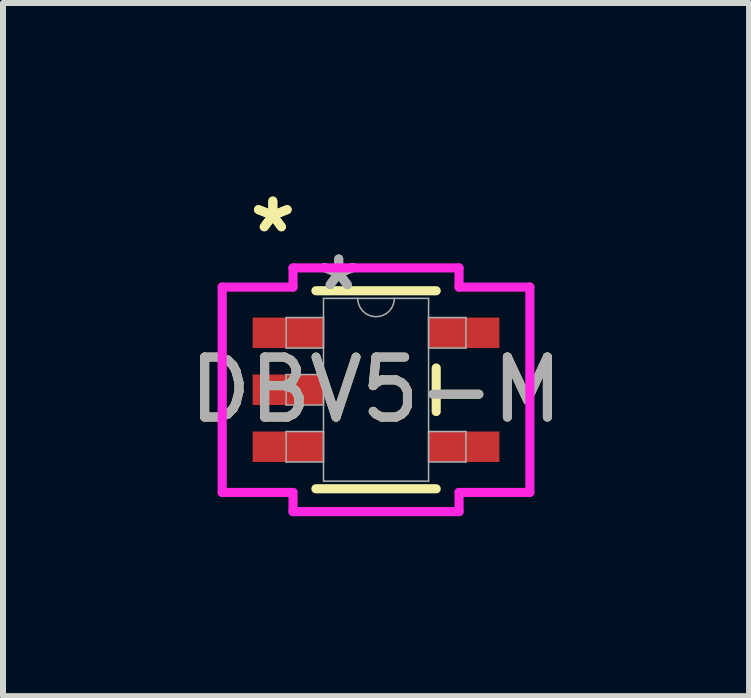
<source format=kicad_pcb>
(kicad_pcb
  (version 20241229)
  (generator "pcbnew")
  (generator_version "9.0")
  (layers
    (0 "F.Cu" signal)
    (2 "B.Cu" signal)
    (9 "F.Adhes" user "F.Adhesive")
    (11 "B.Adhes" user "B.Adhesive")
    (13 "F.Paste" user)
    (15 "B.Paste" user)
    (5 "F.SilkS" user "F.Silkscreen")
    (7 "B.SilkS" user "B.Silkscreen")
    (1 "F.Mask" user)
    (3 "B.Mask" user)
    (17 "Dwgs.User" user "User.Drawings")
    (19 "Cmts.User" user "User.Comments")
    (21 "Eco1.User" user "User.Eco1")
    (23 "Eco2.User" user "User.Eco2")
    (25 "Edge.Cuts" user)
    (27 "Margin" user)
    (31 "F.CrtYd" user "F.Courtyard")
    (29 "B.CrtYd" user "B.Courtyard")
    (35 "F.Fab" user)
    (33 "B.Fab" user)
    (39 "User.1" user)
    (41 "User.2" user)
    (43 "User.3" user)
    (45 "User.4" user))
  (footprint "DBV5-M"
    (layer "F.Cu")
    (at 3.22 3.449)
    (property "Reference" "DBV5-M" (at 0 0 0) (unlocked yes) (layer "F.SilkS") (effects (font (size 1 1) (thickness 0.15))))
    (attr smd)
    (fp_line (start -1.003 1.651) (end 1.003 1.651) (stroke (width 0.152) (type solid)) (layer "F.SilkS"))
    (fp_line (start 1.003 -1.651) (end -1.003 -1.651) (stroke (width 0.152) (type solid)) (layer "F.SilkS"))
    (fp_line (start 1.003 0.363) (end 1.003 -0.363) (stroke (width 0.152) (type solid)) (layer "F.SilkS"))
    (fp_line (start -2.565 -1.712) (end -1.384 -1.712) (stroke (width 0.152) (type solid)) (layer "F.CrtYd"))
    (fp_line (start -2.565 1.712) (end -2.565 -1.712) (stroke (width 0.152) (type solid)) (layer "F.CrtYd"))
    (fp_line (start -1.384 -2.032) (end 1.384 -2.032) (stroke (width 0.152) (type solid)) (layer "F.CrtYd"))
    (fp_line (start -1.384 -1.712) (end -1.384 -2.032) (stroke (width 0.152) (type solid)) (layer "F.CrtYd"))
    (fp_line (start -1.384 1.712) (end -2.565 1.712) (stroke (width 0.152) (type solid)) (layer "F.CrtYd"))
    (fp_line (start -1.384 2.032) (end -1.384 1.712) (stroke (width 0.152) (type solid)) (layer "F.CrtYd"))
    (fp_line (start 1.384 -2.032) (end 1.384 -1.712) (stroke (width 0.152) (type solid)) (layer "F.CrtYd"))
    (fp_line (start 1.384 -1.712) (end 2.565 -1.712) (stroke (width 0.152) (type solid)) (layer "F.CrtYd"))
    (fp_line (start 1.384 1.712) (end 1.384 2.032) (stroke (width 0.152) (type solid)) (layer "F.CrtYd"))
    (fp_line (start 1.384 2.032) (end -1.384 2.032) (stroke (width 0.152) (type solid)) (layer "F.CrtYd"))
    (fp_line (start 2.565 -1.712) (end 2.565 1.712) (stroke (width 0.152) (type solid)) (layer "F.CrtYd"))
    (fp_line (start 2.565 1.712) (end 1.384 1.712) (stroke (width 0.152) (type solid)) (layer "F.CrtYd"))
    (fp_line (start -1.499 -1.204) (end -1.499 -0.696) (stroke (width 0.025) (type solid)) (layer "F.Fab"))
    (fp_line (start -1.499 -0.696) (end -0.876 -0.696) (stroke (width 0.025) (type solid)) (layer "F.Fab"))
    (fp_line (start -1.499 -0.254) (end -1.499 0.254) (stroke (width 0.025) (type solid)) (layer "F.Fab"))
    (fp_line (start -1.499 0.254) (end -0.876 0.254) (stroke (width 0.025) (type solid)) (layer "F.Fab"))
    (fp_line (start -1.499 0.696) (end -1.499 1.204) (stroke (width 0.025) (type solid)) (layer "F.Fab"))
    (fp_line (start -1.499 1.204) (end -0.876 1.204) (stroke (width 0.025) (type solid)) (layer "F.Fab"))
    (fp_line (start -0.876 -1.524) (end -0.876 1.524) (stroke (width 0.025) (type solid)) (layer "F.Fab"))
    (fp_line (start -0.876 -1.204) (end -1.499 -1.204) (stroke (width 0.025) (type solid)) (layer "F.Fab"))
    (fp_line (start -0.876 -0.696) (end -0.876 -1.204) (stroke (width 0.025) (type solid)) (layer "F.Fab"))
    (fp_line (start -0.876 -0.254) (end -1.499 -0.254) (stroke (width 0.025) (type solid)) (layer "F.Fab"))
    (fp_line (start -0.876 0.254) (end -0.876 -0.254) (stroke (width 0.025) (type solid)) (layer "F.Fab"))
    (fp_line (start -0.876 0.696) (end -1.499 0.696) (stroke (width 0.025) (type solid)) (layer "F.Fab"))
    (fp_line (start -0.876 1.204) (end -0.876 0.696) (stroke (width 0.025) (type solid)) (layer "F.Fab"))
    (fp_line (start -0.876 1.524) (end 0.876 1.524) (stroke (width 0.025) (type solid)) (layer "F.Fab"))
    (fp_line (start 0.876 -1.524) (end -0.876 -1.524) (stroke (width 0.025) (type solid)) (layer "F.Fab"))
    (fp_line (start 0.876 -1.204) (end 0.876 -0.696) (stroke (width 0.025) (type solid)) (layer "F.Fab"))
    (fp_line (start 0.876 -0.696) (end 1.499 -0.696) (stroke (width 0.025) (type solid)) (layer "F.Fab"))
    (fp_line (start 0.876 0.696) (end 0.876 1.204) (stroke (width 0.025) (type solid)) (layer "F.Fab"))
    (fp_line (start 0.876 1.204) (end 1.499 1.204) (stroke (width 0.025) (type solid)) (layer "F.Fab"))
    (fp_line (start 0.876 1.524) (end 0.876 -1.524) (stroke (width 0.025) (type solid)) (layer "F.Fab"))
    (fp_line (start 1.499 -1.204) (end 0.876 -1.204) (stroke (width 0.025) (type solid)) (layer "F.Fab"))
    (fp_line (start 1.499 -0.696) (end 1.499 -1.204) (stroke (width 0.025) (type solid)) (layer "F.Fab"))
    (fp_line (start 1.499 0.696) (end 0.876 0.696) (stroke (width 0.025) (type solid)) (layer "F.Fab"))
    (fp_line (start 1.499 1.204) (end 1.499 0.696) (stroke (width 0.025) (type solid)) (layer "F.Fab"))
    (fp_arc (start 0.3048 -1.524) (mid 0 -1.2192) (end -0.3048 -1.524) (stroke (width 0.0254) (type solid)) (layer "F.Fab"))
    (fp_text user "*" (at -1.721 -2.601 0) (layer "F.SilkS") (effects (font (size 1 1) (thickness 0.15))))
    (fp_text user "*" (at -1.721 -2.601 0) (unlocked yes) (layer "F.SilkS") (effects (font (size 1 1) (thickness 0.15))))
    (fp_text user "${REFERENCE}" (at 0 0 0) (unlocked yes) (layer "F.Fab") (effects (font (size 1 1) (thickness 0.15))))
    (fp_text user "*" (at -0.622 -1.636 0) (unlocked yes) (layer "F.Fab") (effects (font (size 1 1) (thickness 0.15))))
    (fp_text user "*" (at -0.622 -1.636 0) (layer "F.Fab") (effects (font (size 1 1) (thickness 0.15))))
    (pad "1" smd rect (at -1.467 -0.95) (size 1.181 0.508) (layers "F.Cu" "F.Mask" "F.Paste"))
    (pad "2" smd rect (at -1.467 0) (size 1.181 0.508) (layers "F.Cu" "F.Mask" "F.Paste"))
    (pad "3" smd rect (at -1.467 0.95) (size 1.181 0.508) (layers "F.Cu" "F.Mask" "F.Paste"))
    (pad "4" smd rect (at 1.467 0.95) (size 1.181 0.508) (layers "F.Cu" "F.Mask" "F.Paste"))
    (pad "5" smd rect (at 1.467 -0.95) (size 1.181 0.508) (layers "F.Cu" "F.Mask" "F.Paste")))
  (gr_rect
    (start -3 -3)
    (end 9.44 8.557)
    (stroke (width 0.1) (type default))
    (fill no)
    (layer "Edge.Cuts")))
</source>
